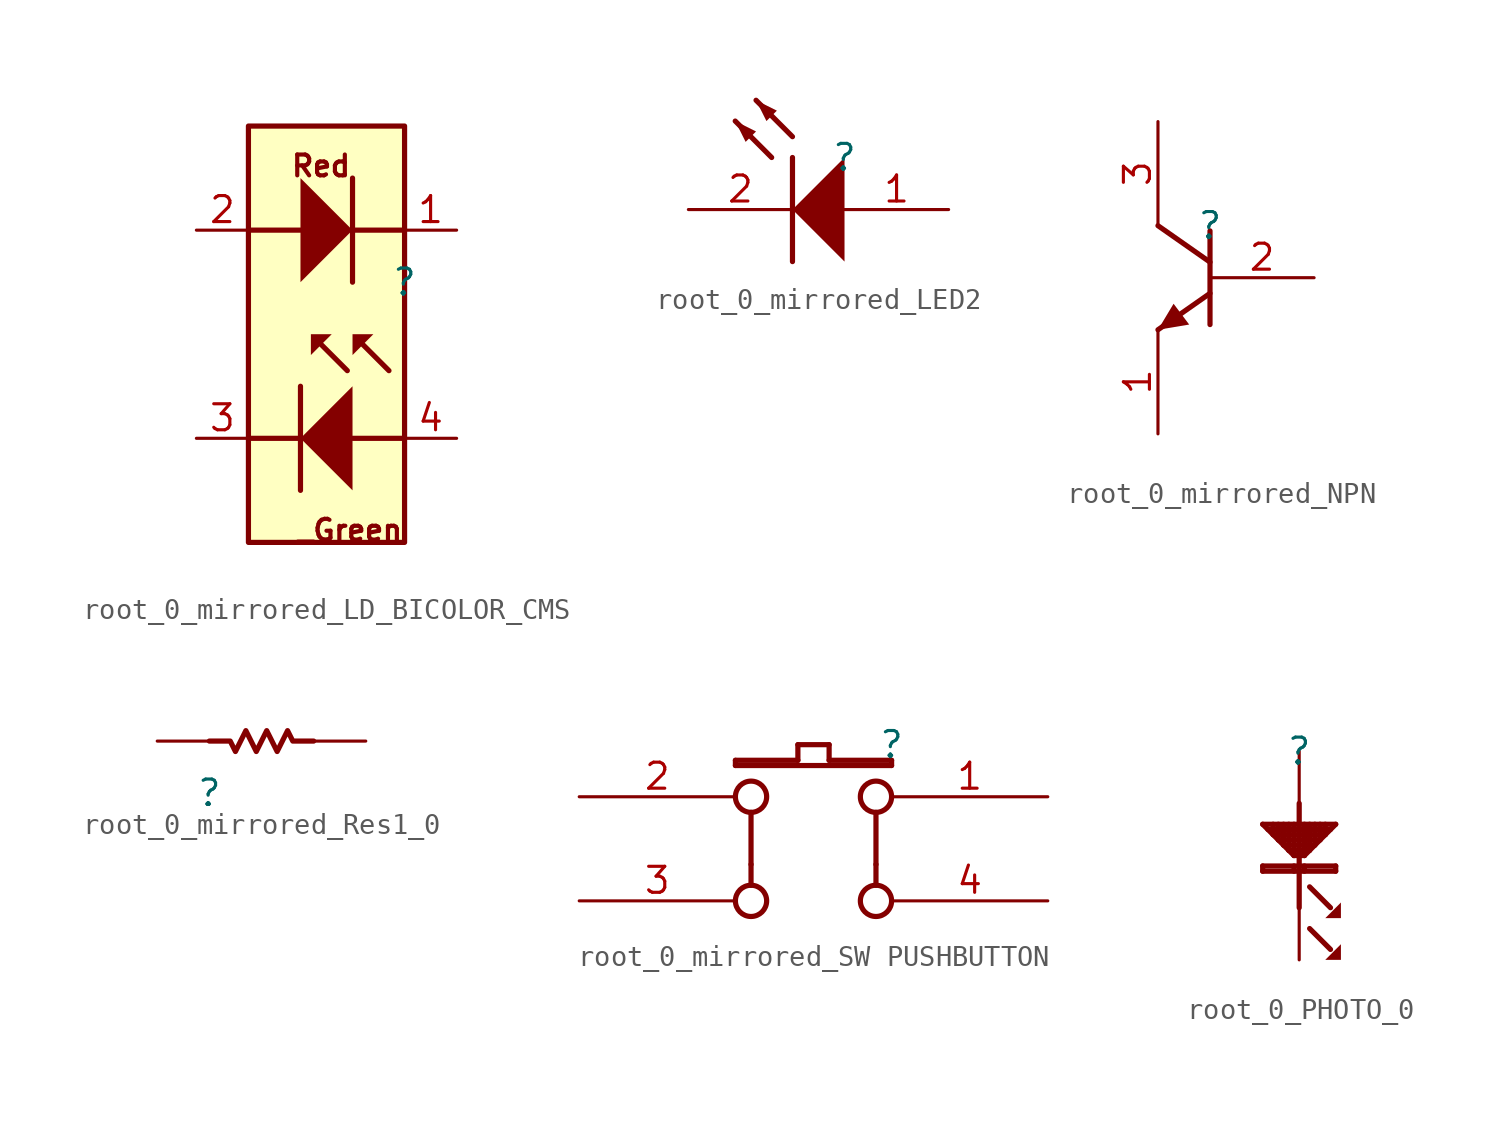
<source format=kicad_sym>
(kicad_symbol_lib
  (version 20231120)
  (generator "kicad_symbol_editor")
  (generator_version "8.0")
  (symbol "root_0_mirrored_LD_BICOLOR_CMS"
    (property "Reference" ""
      (at 0 0 0)
      (effects (font (size 1.27 1.27))))
    (property "Value" ""
      (at 0 0 0)
      (effects (font (size 1.27 1.27))))
    (symbol "root_0_mirrored_LD_BICOLOR_CMS_1_0"
      (polyline (pts (xy -5.08 -7.62) (xy -7.62 -7.62)) (stroke (width 0.254) (type solid)) (fill (type none)))
      (polyline (pts (xy -5.08 -5.08) (xy -5.08 -10.16)) (stroke (width 0.254) (type solid)) (fill (type none)))
      (polyline (pts (xy -5.08 2.54) (xy -7.62 2.54)) (stroke (width 0.254) (type solid)) (fill (type none)))
      (polyline (pts (xy -4.064 -3.048) (xy -2.794 -4.318)) (stroke (width 0.254) (type solid)) (fill (type none)))
      (polyline (pts (xy -2.54 5.08) (xy -2.54 0)) (stroke (width 0.254) (type solid)) (fill (type none)))
      (polyline (pts (xy -2.032 -3.048) (xy -0.762 -4.318)) (stroke (width 0.254) (type solid)) (fill (type none)))
      (polyline (pts (xy 0 -7.62) (xy -2.54 -7.62)) (stroke (width 0.254) (type solid)) (fill (type none)))
      (polyline (pts (xy 0 2.54) (xy -2.54 2.54)) (stroke (width 0.254) (type solid)) (fill (type none)))
      (polyline (pts (xy -5.08 5.08) (xy -5.08 0) (xy -2.54 2.54) (xy -5.08 5.08) (xy -5.08 5.08)) (stroke (width -0.0001) (type solid)) (fill (type outline)))
      (polyline (pts (xy -4.572 -2.54) (xy -3.556 -2.54) (xy -4.572 -3.556) (xy -4.572 -2.54) (xy -4.572 -2.54)) (stroke (width -0.0001) (type solid)) (fill (type outline)))
      (polyline (pts (xy -2.54 -5.08) (xy -2.54 -10.16) (xy -5.08 -7.62) (xy -2.54 -5.08) (xy -2.54 -5.08)) (stroke (width -0.0001) (type solid)) (fill (type outline)))
      (polyline (pts (xy -1.524 -2.54) (xy -2.54 -2.54) (xy -2.54 -3.556) (xy -1.524 -2.54) (xy -1.524 -2.54)) (stroke (width -0.0001) (type solid)) (fill (type outline)))
      (rectangle (start 0 7.62) (end -7.62 -12.7) (stroke (width 0.254) (type solid) (color 128 0 0 1)) (fill (type background)))
      (text "_Green" (at 0 -12.7 0) (effects (font (size 1.016 1.016) (thickness 0.203) (bold yes)) (justify right bottom)))
      (text "Red" (at -2.54 5.08 0) (effects (font (size 1.016 1.016) (thickness 0.203) (bold yes)) (justify right bottom)))
      (pin passive line (at 2.54 2.54 180) (length 2.54) (name "1" (effects (font (size 0 0)))) (number "1" (effects (font (size 1.27 1.27)))))
      (pin passive line (at -10.16 2.54 0) (length 2.54) (name "2" (effects (font (size 0 0)))) (number "2" (effects (font (size 1.27 1.27)))))
      (pin passive line (at -10.16 -7.62 0) (length 2.54) (name "3" (effects (font (size 0 0)))) (number "3" (effects (font (size 1.27 1.27)))))
      (pin passive line (at 2.54 -7.62 180) (length 2.54) (name "4" (effects (font (size 0 0)))) (number "4" (effects (font (size 1.27 1.27)))))))
  (symbol "root_0_mirrored_LED2"
    (property "Reference" ""
      (at 0 0 0)
      (effects (font (size 1.27 1.27))))
    (property "Value" ""
      (at 0 0 0)
      (effects (font (size 1.27 1.27))))
    (symbol "root_0_mirrored_LED2_1_0"
      (polyline (pts (xy -3.556 0) (xy -5.334 1.778)) (stroke (width 0.254) (type solid)) (fill (type none)))
      (polyline (pts (xy -2.54 0) (xy -2.54 -5.08)) (stroke (width 0.254) (type solid)) (fill (type none)))
      (polyline (pts (xy -2.54 1.016) (xy -4.318 2.794)) (stroke (width 0.254) (type solid)) (fill (type none)))
      (polyline (pts (xy -5.334 1.778) (xy -4.318 1.27) (xy -4.826 0.762) (xy -5.334 1.778)) (stroke (width -0.0001) (type solid)) (fill (type outline)))
      (polyline (pts (xy -4.318 2.794) (xy -3.302 2.286) (xy -3.81 1.778) (xy -4.318 2.794)) (stroke (width -0.0001) (type solid)) (fill (type outline)))
      (polyline (pts (xy 0 -5.08) (xy -2.54 -2.54) (xy 0 0) (xy 0 -5.08)) (stroke (width -0.0001) (type solid)) (fill (type outline)))
      (pin passive line (at 5.08 -2.54 180) (length 5.08) (name "A" (effects (font (size 0 0)))) (number "1" (effects (font (size 1.27 1.27)))))
      (pin passive line (at -7.62 -2.54 0) (length 5.08) (name "K" (effects (font (size 0 0)))) (number "2" (effects (font (size 1.27 1.27)))))))
  (symbol "root_0_mirrored_NPN"
    (property "Reference" ""
      (at 0 0 0)
      (effects (font (size 1.27 1.27))))
    (property "Value" ""
      (at 0 0 0)
      (effects (font (size 1.27 1.27))))
    (symbol "root_0_mirrored_NPN_1_0"
      (polyline (pts (xy -2.54 0) (xy 0 -1.778)) (stroke (width 0.254) (type solid)) (fill (type none)))
      (polyline (pts (xy 0 -3.302) (xy -2.54 -5.08)) (stroke (width 0.254) (type solid)) (fill (type none)))
      (polyline (pts (xy 0 -0.254) (xy 0 -4.826)) (stroke (width 0.254) (type solid)) (fill (type none)))
      (polyline (pts (xy -2.54 -5.08) (xy -1.778 -3.81) (xy -1.016 -4.826) (xy -2.54 -5.08)) (stroke (width -0.0001) (type solid)) (fill (type outline)))
      (pin passive line (at -2.54 -10.16 90) (length 5.08) (name "E" (effects (font (size 0 0)))) (number "1" (effects (font (size 1.27 1.27)))))
      (pin passive line (at 5.08 -2.54 180) (length 5.08) (name "B" (effects (font (size 0 0)))) (number "2" (effects (font (size 1.27 1.27)))))
      (pin passive line (at -2.54 5.08 270) (length 5.08) (name "C" (effects (font (size 0 0)))) (number "3" (effects (font (size 1.27 1.27)))))))
  (symbol "root_0_mirrored_Res1_0"
    (property "Reference" ""
      (at 0 0 0)
      (effects (font (size 1.27 1.27))))
    (property "Value" ""
      (at 0 0 0)
      (effects (font (size 1.27 1.27))))
    (symbol "root_0_mirrored_Res1_0_1_0"
      (polyline (pts (xy 5.08 2.54) (xy 4.064 2.54) (xy 3.81 3.048) (xy 3.302 2.032) (xy 2.794 3.048) (xy 2.286 2.032) (xy 1.778 3.048) (xy 1.27 2.032) (xy 1.016 2.54) (xy 0 2.54)) (stroke (width 0.254) (type solid)) (fill (type none)))
      (pin passive line (at -2.54 2.54 0) (length 2.54) (name "1" (effects (font (size 0 0)))) (number "1" (effects (font (size 0 0)))))
      (pin passive line (at 7.62 2.54 180) (length 2.54) (name "2" (effects (font (size 0 0)))) (number "2" (effects (font (size 0 0)))))))
  (symbol "root_0_mirrored_SW PUSHBUTTON"
    (property "Reference" ""
      (at 0 0 0)
      (effects (font (size 1.27 1.27))))
    (property "Value" ""
      (at 0 0 0)
      (effects (font (size 1.27 1.27))))
    (symbol "root_0_mirrored_SW PUSHBUTTON_1_0"
      (circle (center -6.858 -7.62) (radius 0.762) (stroke (width 0.254) (type solid)) (fill (type none)))
      (circle (center -6.858 -2.54) (radius 0.762) (stroke (width 0.254) (type solid)) (fill (type none)))
      (circle (center -0.762 -7.62) (radius 0.762) (stroke (width 0.254) (type solid)) (fill (type none)))
      (circle (center -0.762 -2.54) (radius 0.762) (stroke (width 0.254) (type solid)) (fill (type none)))
      (polyline (pts (xy -7.62 -1.016) (xy -7.62 -0.762)) (stroke (width 0.254) (type solid)) (fill (type none)))
      (polyline (pts (xy -7.62 -0.762) (xy -4.572 -0.762)) (stroke (width 0.254) (type solid)) (fill (type none)))
      (polyline (pts (xy -6.858 -5.842) (xy -6.858 -6.858)) (stroke (width 0.254) (type solid)) (fill (type none)))
      (polyline (pts (xy -6.858 -3.302) (xy -6.858 -5.842)) (stroke (width 0.254) (type solid)) (fill (type none)))
      (polyline (pts (xy -4.572 -0.762) (xy -4.572 0)) (stroke (width 0.254) (type solid)) (fill (type none)))
      (polyline (pts (xy -4.572 0) (xy -3.048 0)) (stroke (width 0.254) (type solid)) (fill (type none)))
      (polyline (pts (xy -3.048 -0.762) (xy 0 -0.762)) (stroke (width 0.254) (type solid)) (fill (type none)))
      (polyline (pts (xy -3.048 0) (xy -3.048 -0.762)) (stroke (width 0.254) (type solid)) (fill (type none)))
      (polyline (pts (xy -0.762 -5.842) (xy -0.762 -6.858)) (stroke (width 0.254) (type solid)) (fill (type none)))
      (polyline (pts (xy -0.762 -3.302) (xy -0.762 -5.842)) (stroke (width 0.254) (type solid)) (fill (type none)))
      (polyline (pts (xy 0 -1.016) (xy -7.62 -1.016)) (stroke (width 0.254) (type solid)) (fill (type none)))
      (polyline (pts (xy 0 -0.762) (xy 0 -1.016)) (stroke (width 0.254) (type solid)) (fill (type none)))
      (pin passive line (at 7.62 -2.54 180) (length 7.62) (name "A0" (effects (font (size 0 0)))) (number "1" (effects (font (size 1.27 1.27)))))
      (pin passive line (at -15.24 -2.54 0) (length 7.62) (name "B0" (effects (font (size 0 0)))) (number "2" (effects (font (size 1.27 1.27)))))
      (pin passive line (at -15.24 -7.62 0) (length 7.62) (name "B1" (effects (font (size 0 0)))) (number "3" (effects (font (size 1.27 1.27)))))
      (pin passive line (at 7.62 -7.62 180) (length 7.62) (name "A1" (effects (font (size 0 0)))) (number "4" (effects (font (size 1.27 1.27)))))))
  (symbol "root_0_PHOTO_0"
    (property "Reference" ""
      (at 0 0 0)
      (effects (font (size 1.27 1.27))))
    (property "Value" ""
      (at 0 0 0)
      (effects (font (size 1.27 1.27))))
    (symbol "root_0_PHOTO_0_1_0"
      (polyline (pts (xy -1.778 -5.588) (xy -1.778 -5.842)) (stroke (width 0.254) (type solid)) (fill (type none)))
      (polyline (pts (xy -1.27 -3.556) (xy -1.27 -4.064)) (stroke (width 0.254) (type solid)) (fill (type none)))
      (polyline (pts (xy -1.016 -3.556) (xy -1.016 -4.318)) (stroke (width 0.254) (type solid)) (fill (type none)))
      (polyline (pts (xy -0.762 -3.556) (xy -0.762 -4.572)) (stroke (width 0.254) (type solid)) (fill (type none)))
      (polyline (pts (xy -0.508 -3.556) (xy -0.508 -4.826)) (stroke (width 0.254) (type solid)) (fill (type none)))
      (polyline (pts (xy -0.254 -5.588) (xy -0.254 -5.842)) (stroke (width 0.254) (type solid)) (fill (type none)))
      (polyline (pts (xy -0.254 -5.08) (xy -1.778 -3.556)) (stroke (width 0.254) (type solid)) (fill (type none)))
      (polyline (pts (xy -0.254 -3.556) (xy -0.254 -5.08)) (stroke (width 0.254) (type solid)) (fill (type none)))
      (polyline (pts (xy 0 -2.54) (xy 0 -7.62)) (stroke (width 0.254) (type solid)) (fill (type none)))
      (polyline (pts (xy 0.254 -5.588) (xy 0.254 -5.842)) (stroke (width 0.254) (type solid)) (fill (type none)))
      (polyline (pts (xy 0.254 -5.08) (xy -0.254 -5.08)) (stroke (width 0.254) (type solid)) (fill (type none)))
      (polyline (pts (xy 0.254 -3.556) (xy 0.254 -5.08)) (stroke (width 0.254) (type solid)) (fill (type none)))
      (polyline (pts (xy 0.508 -8.636) (xy 1.524 -9.652)) (stroke (width 0.254) (type solid)) (fill (type none)))
      (polyline (pts (xy 0.508 -6.604) (xy 1.524 -7.62)) (stroke (width 0.254) (type solid)) (fill (type none)))
      (polyline (pts (xy 0.508 -4.826) (xy -0.508 -4.826)) (stroke (width 0.254) (type solid)) (fill (type none)))
      (polyline (pts (xy 0.508 -3.556) (xy 0.508 -4.826)) (stroke (width 0.254) (type solid)) (fill (type none)))
      (polyline (pts (xy 0.762 -4.572) (xy -0.762 -4.572)) (stroke (width 0.254) (type solid)) (fill (type none)))
      (polyline (pts (xy 0.762 -3.556) (xy 0.762 -4.572)) (stroke (width 0.254) (type solid)) (fill (type none)))
      (polyline (pts (xy 1.016 -4.318) (xy -1.016 -4.318)) (stroke (width 0.254) (type solid)) (fill (type none)))
      (polyline (pts (xy 1.016 -3.556) (xy 1.016 -4.318)) (stroke (width 0.254) (type solid)) (fill (type none)))
      (polyline (pts (xy 1.27 -4.064) (xy -1.27 -4.064)) (stroke (width 0.254) (type solid)) (fill (type none)))
      (polyline (pts (xy 1.27 -3.556) (xy 1.27 -4.064)) (stroke (width 0.254) (type solid)) (fill (type none)))
      (polyline (pts (xy 1.524 -3.81) (xy -1.524 -3.81)) (stroke (width 0.254) (type solid)) (fill (type none)))
      (polyline (pts (xy 1.778 -5.842) (xy -1.778 -5.842)) (stroke (width 0.254) (type solid)) (fill (type none)))
      (polyline (pts (xy 1.778 -5.588) (xy -1.778 -5.588)) (stroke (width 0.254) (type solid)) (fill (type none)))
      (polyline (pts (xy 1.778 -5.588) (xy 1.778 -5.842)) (stroke (width 0.254) (type solid)) (fill (type none)))
      (polyline (pts (xy 1.778 -3.556) (xy -1.778 -3.556)) (stroke (width 0.254) (type solid)) (fill (type none)))
      (polyline (pts (xy 1.778 -3.556) (xy 0.254 -5.08)) (stroke (width 0.254) (type solid)) (fill (type none)))
      (polyline (pts (xy 2.032 -9.398) (xy 2.032 -10.16) (xy 1.27 -10.16) (xy 2.032 -9.398)) (stroke (width -0.0001) (type solid)) (fill (type outline)))
      (polyline (pts (xy 2.032 -7.366) (xy 2.032 -8.128) (xy 1.27 -8.128) (xy 2.032 -7.366)) (stroke (width -0.0001) (type solid)) (fill (type outline)))
      (pin passive line (at 0 0 270) (length 2.54) (name "" (effects (font (size 0 0)))) (number "1" (effects (font (size 0 0)))))
      (pin passive line (at 0 -10.16 90) (length 2.54) (name "" (effects (font (size 0 0)))) (number "2" (effects (font (size 0 0))))))))
</source>
